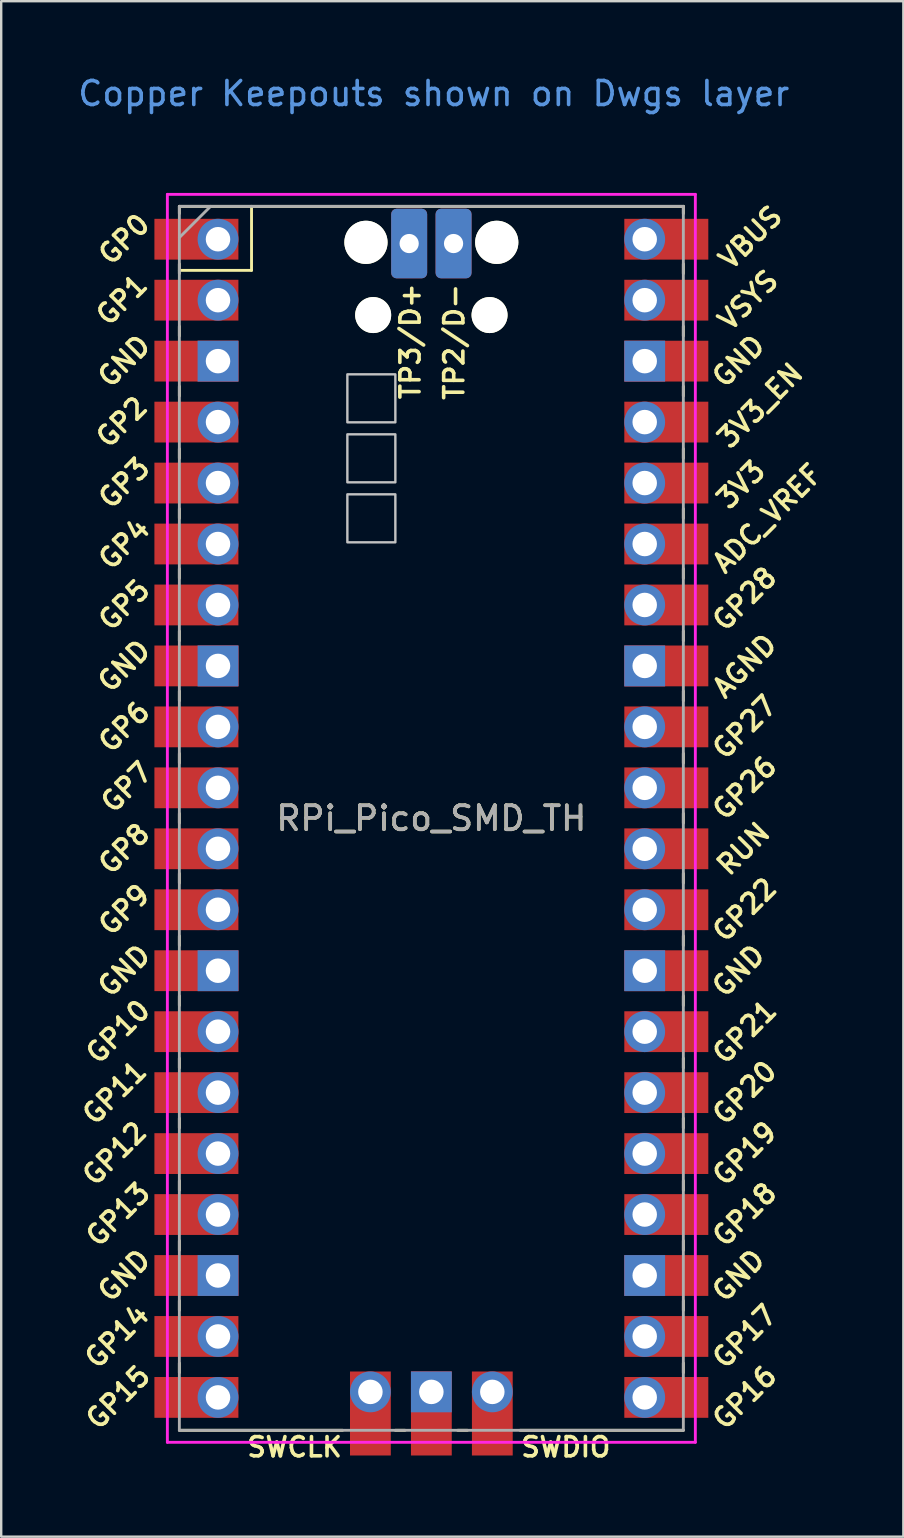
<source format=kicad_pcb>
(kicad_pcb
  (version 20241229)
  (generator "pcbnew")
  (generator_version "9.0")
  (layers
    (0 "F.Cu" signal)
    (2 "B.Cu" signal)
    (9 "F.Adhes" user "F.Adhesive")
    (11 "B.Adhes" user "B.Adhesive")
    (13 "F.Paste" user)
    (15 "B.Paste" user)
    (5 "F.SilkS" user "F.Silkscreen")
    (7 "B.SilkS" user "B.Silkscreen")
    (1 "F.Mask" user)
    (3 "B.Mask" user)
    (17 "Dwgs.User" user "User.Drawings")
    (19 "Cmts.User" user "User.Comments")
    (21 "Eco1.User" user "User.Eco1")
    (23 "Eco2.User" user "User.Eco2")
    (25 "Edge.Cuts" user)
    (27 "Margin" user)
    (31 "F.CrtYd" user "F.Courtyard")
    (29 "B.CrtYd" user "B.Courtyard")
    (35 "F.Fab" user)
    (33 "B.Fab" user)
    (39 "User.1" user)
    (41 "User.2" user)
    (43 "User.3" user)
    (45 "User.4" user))
  (footprint "RPi_Pico_SMD_TH"
    (layer "F.Cu")
    (at 14.924 31.048)
    (property "Reference" "RPi_Pico_SMD_TH" (at 0 0 0) (layer "F.SilkS") (effects (font (size 1 1) (thickness 0.15))))
    (attr through_hole)
    (fp_line (start -10.5 -25.5) (end -10.5 -25.2) (stroke (width 0.12) (type solid)) (layer "F.SilkS"))
    (fp_line (start -10.5 -25.5) (end 10.5 -25.5) (stroke (width 0.12) (type solid)) (layer "F.SilkS"))
    (fp_line (start -10.5 -23.1) (end -10.5 -22.7) (stroke (width 0.12) (type solid)) (layer "F.SilkS"))
    (fp_line (start -10.5 -22.833) (end -7.493 -22.833) (stroke (width 0.12) (type solid)) (layer "F.SilkS"))
    (fp_line (start -10.5 -20.5) (end -10.5 -20.1) (stroke (width 0.12) (type solid)) (layer "F.SilkS"))
    (fp_line (start -10.5 -18) (end -10.5 -17.6) (stroke (width 0.12) (type solid)) (layer "F.SilkS"))
    (fp_line (start -10.5 -15.4) (end -10.5 -15) (stroke (width 0.12) (type solid)) (layer "F.SilkS"))
    (fp_line (start -10.5 -12.9) (end -10.5 -12.5) (stroke (width 0.12) (type solid)) (layer "F.SilkS"))
    (fp_line (start -10.5 -10.4) (end -10.5 -10) (stroke (width 0.12) (type solid)) (layer "F.SilkS"))
    (fp_line (start -10.5 -7.8) (end -10.5 -7.4) (stroke (width 0.12) (type solid)) (layer "F.SilkS"))
    (fp_line (start -10.5 -5.3) (end -10.5 -4.9) (stroke (width 0.12) (type solid)) (layer "F.SilkS"))
    (fp_line (start -10.5 -2.7) (end -10.5 -2.3) (stroke (width 0.12) (type solid)) (layer "F.SilkS"))
    (fp_line (start -10.5 -0.2) (end -10.5 0.2) (stroke (width 0.12) (type solid)) (layer "F.SilkS"))
    (fp_line (start -10.5 2.3) (end -10.5 2.7) (stroke (width 0.12) (type solid)) (layer "F.SilkS"))
    (fp_line (start -10.5 4.9) (end -10.5 5.3) (stroke (width 0.12) (type solid)) (layer "F.SilkS"))
    (fp_line (start -10.5 7.4) (end -10.5 7.8) (stroke (width 0.12) (type solid)) (layer "F.SilkS"))
    (fp_line (start -10.5 10) (end -10.5 10.4) (stroke (width 0.12) (type solid)) (layer "F.SilkS"))
    (fp_line (start -10.5 12.5) (end -10.5 12.9) (stroke (width 0.12) (type solid)) (layer "F.SilkS"))
    (fp_line (start -10.5 15.1) (end -10.5 15.5) (stroke (width 0.12) (type solid)) (layer "F.SilkS"))
    (fp_line (start -10.5 17.6) (end -10.5 18) (stroke (width 0.12) (type solid)) (layer "F.SilkS"))
    (fp_line (start -10.5 20.1) (end -10.5 20.5) (stroke (width 0.12) (type solid)) (layer "F.SilkS"))
    (fp_line (start -10.5 22.7) (end -10.5 23.1) (stroke (width 0.12) (type solid)) (layer "F.SilkS"))
    (fp_line (start -7.493 -22.833) (end -7.493 -25.5) (stroke (width 0.12) (type solid)) (layer "F.SilkS"))
    (fp_line (start -3.7 25.5) (end -10.5 25.5) (stroke (width 0.12) (type solid)) (layer "F.SilkS"))
    (fp_line (start -1.5 25.5) (end -1.1 25.5) (stroke (width 0.12) (type solid)) (layer "F.SilkS"))
    (fp_line (start 1.1 25.5) (end 1.5 25.5) (stroke (width 0.12) (type solid)) (layer "F.SilkS"))
    (fp_line (start 10.5 -25.5) (end 10.5 -25.2) (stroke (width 0.12) (type solid)) (layer "F.SilkS"))
    (fp_line (start 10.5 -23.1) (end 10.5 -22.7) (stroke (width 0.12) (type solid)) (layer "F.SilkS"))
    (fp_line (start 10.5 -20.5) (end 10.5 -20.1) (stroke (width 0.12) (type solid)) (layer "F.SilkS"))
    (fp_line (start 10.5 -18) (end 10.5 -17.6) (stroke (width 0.12) (type solid)) (layer "F.SilkS"))
    (fp_line (start 10.5 -15.4) (end 10.5 -15) (stroke (width 0.12) (type solid)) (layer "F.SilkS"))
    (fp_line (start 10.5 -12.9) (end 10.5 -12.5) (stroke (width 0.12) (type solid)) (layer "F.SilkS"))
    (fp_line (start 10.5 -10.4) (end 10.5 -10) (stroke (width 0.12) (type solid)) (layer "F.SilkS"))
    (fp_line (start 10.5 -7.8) (end 10.5 -7.4) (stroke (width 0.12) (type solid)) (layer "F.SilkS"))
    (fp_line (start 10.5 -5.3) (end 10.5 -4.9) (stroke (width 0.12) (type solid)) (layer "F.SilkS"))
    (fp_line (start 10.5 -2.7) (end 10.5 -2.3) (stroke (width 0.12) (type solid)) (layer "F.SilkS"))
    (fp_line (start 10.5 -0.2) (end 10.5 0.2) (stroke (width 0.12) (type solid)) (layer "F.SilkS"))
    (fp_line (start 10.5 2.3) (end 10.5 2.7) (stroke (width 0.12) (type solid)) (layer "F.SilkS"))
    (fp_line (start 10.5 4.9) (end 10.5 5.3) (stroke (width 0.12) (type solid)) (layer "F.SilkS"))
    (fp_line (start 10.5 7.4) (end 10.5 7.8) (stroke (width 0.12) (type solid)) (layer "F.SilkS"))
    (fp_line (start 10.5 10) (end 10.5 10.4) (stroke (width 0.12) (type solid)) (layer "F.SilkS"))
    (fp_line (start 10.5 12.5) (end 10.5 12.9) (stroke (width 0.12) (type solid)) (layer "F.SilkS"))
    (fp_line (start 10.5 15.1) (end 10.5 15.5) (stroke (width 0.12) (type solid)) (layer "F.SilkS"))
    (fp_line (start 10.5 17.6) (end 10.5 18) (stroke (width 0.12) (type solid)) (layer "F.SilkS"))
    (fp_line (start 10.5 20.1) (end 10.5 20.5) (stroke (width 0.12) (type solid)) (layer "F.SilkS"))
    (fp_line (start 10.5 22.7) (end 10.5 23.1) (stroke (width 0.12) (type solid)) (layer "F.SilkS"))
    (fp_line (start 10.5 25.5) (end 3.7 25.5) (stroke (width 0.12) (type solid)) (layer "F.SilkS"))
    (fp_poly (pts (xy -1.5 -16.5) (xy -3.5 -16.5) (xy -3.5 -18.5) (xy -1.5 -18.5)) (stroke (width 0.1) (type solid)) (fill no) (layer "Dwgs.User"))
    (fp_poly (pts (xy -1.5 -14) (xy -3.5 -14) (xy -3.5 -16) (xy -1.5 -16)) (stroke (width 0.1) (type solid)) (fill no) (layer "Dwgs.User"))
    (fp_poly (pts (xy -1.5 -11.5) (xy -3.5 -11.5) (xy -3.5 -13.5) (xy -1.5 -13.5)) (stroke (width 0.1) (type solid)) (fill no) (layer "Dwgs.User"))
    (fp_line (start -11 -26) (end 11 -26) (stroke (width 0.12) (type solid)) (layer "F.CrtYd"))
    (fp_line (start -11 26) (end -11 -26) (stroke (width 0.12) (type solid)) (layer "F.CrtYd"))
    (fp_line (start 11 -26) (end 11 26) (stroke (width 0.12) (type solid)) (layer "F.CrtYd"))
    (fp_line (start 11 26) (end -11 26) (stroke (width 0.12) (type solid)) (layer "F.CrtYd"))
    (fp_line (start -10.5 -25.5) (end 10.5 -25.5) (stroke (width 0.12) (type solid)) (layer "F.Fab"))
    (fp_line (start -10.5 -24.2) (end -9.2 -25.5) (stroke (width 0.12) (type solid)) (layer "F.Fab"))
    (fp_line (start -10.5 25.5) (end -10.5 -25.5) (stroke (width 0.12) (type solid)) (layer "F.Fab"))
    (fp_line (start 10.5 -25.5) (end 10.5 25.5) (stroke (width 0.12) (type solid)) (layer "F.Fab"))
    (fp_line (start 10.5 25.5) (end -10.5 25.5) (stroke (width 0.12) (type solid)) (layer "F.Fab"))
    (fp_text user "VSYS" (at 13.2 -21.59 45) (layer "F.SilkS") (effects (font (size 0.8 0.8) (thickness 0.15))))
    (fp_text user "3V3_EN" (at 13.7 -17.2 45) (layer "F.SilkS") (effects (font (size 0.8 0.8) (thickness 0.15))))
    (fp_text user "GP26" (at 13.054 -1.27 45) (layer "F.SilkS") (effects (font (size 0.8 0.8) (thickness 0.15))))
    (fp_text user "GP13" (at -13.054 16.51 45) (layer "F.SilkS") (effects (font (size 0.8 0.8) (thickness 0.15))))
    (fp_text user "ADC_VREF" (at 14 -12.5 45) (layer "F.SilkS") (effects (font (size 0.8 0.8) (thickness 0.15))))
    (fp_text user "GP2" (at -12.9 -16.51 45) (layer "F.SilkS") (effects (font (size 0.8 0.8) (thickness 0.15))))
    (fp_text user "GP15" (at -13.054 24.13 45) (layer "F.SilkS") (effects (font (size 0.8 0.8) (thickness 0.15))))
    (fp_text user "GP10" (at -13.054 8.89 45) (layer "F.SilkS") (effects (font (size 0.8 0.8) (thickness 0.15))))
    (fp_text user "GP28" (at 13.054 -9.144 45) (layer "F.SilkS") (effects (font (size 0.8 0.8) (thickness 0.15))))
    (fp_text user "SWCLK" (at -5.7 26.2 0) (layer "F.SilkS") (effects (font (size 0.8 0.8) (thickness 0.15))))
    (fp_text user "GP6" (at -12.8 -3.81 45) (layer "F.SilkS") (effects (font (size 0.8 0.8) (thickness 0.15))))
    (fp_text user "SWDIO" (at 5.6 26.2 0) (layer "F.SilkS") (effects (font (size 0.8 0.8) (thickness 0.15))))
    (fp_text user "GND" (at -12.8 -6.35 45) (layer "F.SilkS") (effects (font (size 0.8 0.8) (thickness 0.15))))
    (fp_text user "GND" (at -12.8 6.35 45) (layer "F.SilkS") (effects (font (size 0.8 0.8) (thickness 0.15))))
    (fp_text user "GP27" (at 13.054 -3.8 45) (layer "F.SilkS") (effects (font (size 0.8 0.8) (thickness 0.15))))
    (fp_text user "GP19" (at 13.054 13.97 45) (layer "F.SilkS") (effects (font (size 0.8 0.8) (thickness 0.15))))
    (fp_text user "GP18" (at 13.054 16.51 45) (layer "F.SilkS") (effects (font (size 0.8 0.8) (thickness 0.15))))
    (fp_text user "GND" (at 12.8 19.05 45) (layer "F.SilkS") (effects (font (size 0.8 0.8) (thickness 0.15))))
    (fp_text user "GP11" (at -13.2 11.43 45) (layer "F.SilkS") (effects (font (size 0.8 0.8) (thickness 0.15))))
    (fp_text user "GP16" (at 13.054 24.13 45) (layer "F.SilkS") (effects (font (size 0.8 0.8) (thickness 0.15))))
    (fp_text user "GP7" (at -12.7 -1.3 45) (layer "F.SilkS") (effects (font (size 0.8 0.8) (thickness 0.15))))
    (fp_text user "GND" (at -12.8 -19.05 45) (layer "F.SilkS") (effects (font (size 0.8 0.8) (thickness 0.15))))
    (fp_text user "GP20" (at 13.054 11.43 45) (layer "F.SilkS") (effects (font (size 0.8 0.8) (thickness 0.15))))
    (fp_text user "GP8" (at -12.8 1.27 45) (layer "F.SilkS") (effects (font (size 0.8 0.8) (thickness 0.15))))
    (fp_text user "GP1" (at -12.9 -21.6 45) (layer "F.SilkS") (effects (font (size 0.8 0.8) (thickness 0.15))))
    (fp_text user "GP4" (at -12.8 -11.43 45) (layer "F.SilkS") (effects (font (size 0.8 0.8) (thickness 0.15))))
    (fp_text user "VBUS" (at 13.3 -24.2 45) (layer "F.SilkS") (effects (font (size 0.8 0.8) (thickness 0.15))))
    (fp_text user "GND" (at 12.8 6.35 45) (layer "F.SilkS") (effects (font (size 0.8 0.8) (thickness 0.15))))
    (fp_text user "GP22" (at 13.054 3.81 45) (layer "F.SilkS") (effects (font (size 0.8 0.8) (thickness 0.15))))
    (fp_text user "TP3/D+" (at -0.875 -19.875 90) (layer "F.SilkS") (effects (font (size 0.8 0.8) (thickness 0.15))))
    (fp_text user "GP0" (at -12.8 -24.13 45) (layer "F.SilkS") (effects (font (size 0.8 0.8) (thickness 0.15))))
    (fp_text user "GP12" (at -13.2 13.97 45) (layer "F.SilkS") (effects (font (size 0.8 0.8) (thickness 0.15))))
    (fp_text user "GND" (at 12.8 -19.05 45) (layer "F.SilkS") (effects (font (size 0.8 0.8) (thickness 0.15))))
    (fp_text user "GP5" (at -12.8 -8.89 45) (layer "F.SilkS") (effects (font (size 0.8 0.8) (thickness 0.15))))
    (fp_text user "TP2/D-" (at 0.95 -19.85 90) (layer "F.SilkS") (effects (font (size 0.8 0.8) (thickness 0.15))))
    (fp_text user "RUN" (at 13 1.27 45) (layer "F.SilkS") (effects (font (size 0.8 0.8) (thickness 0.15))))
    (fp_text user "GP14" (at -13.1 21.59 45) (layer "F.SilkS") (effects (font (size 0.8 0.8) (thickness 0.15))))
    (fp_text user "GND" (at -12.8 19.05 45) (layer "F.SilkS") (effects (font (size 0.8 0.8) (thickness 0.15))))
    (fp_text user "GP9" (at -12.8 3.81 45) (layer "F.SilkS") (effects (font (size 0.8 0.8) (thickness 0.15))))
    (fp_text user "GP17" (at 13.054 21.59 45) (layer "F.SilkS") (effects (font (size 0.8 0.8) (thickness 0.15))))
    (fp_text user "3V3" (at 12.9 -13.9 45) (layer "F.SilkS") (effects (font (size 0.8 0.8) (thickness 0.15))))
    (fp_text user "GP21" (at 13.054 8.9 45) (layer "F.SilkS") (effects (font (size 0.8 0.8) (thickness 0.15))))
    (fp_text user "AGND" (at 13.054 -6.35 45) (layer "F.SilkS") (effects (font (size 0.8 0.8) (thickness 0.15))))
    (fp_text user "GP3" (at -12.8 -13.97 45) (layer "F.SilkS") (effects (font (size 0.8 0.8) (thickness 0.15))))
    (fp_text user "Copper Keepouts shown on Dwgs layer" (at 0.1 -30.2 0) (layer "Cmts.User") (effects (font (size 1 1) (thickness 0.15))))
    (fp_text user "${REFERENCE}" (at 0 0 180) (layer "F.Fab") (effects (font (size 1 1) (thickness 0.15))))
    (pad "" np_thru_hole oval (at -2.725 -24) (size 1.8 1.8) (drill 1.8) (layers "*.Cu" "F.SilkS"))
    (pad "" np_thru_hole oval (at -2.425 -20.97) (size 1.5 1.5) (drill 1.5) (layers "*.Cu" "F.SilkS"))
    (pad "" np_thru_hole oval (at 2.425 -20.97) (size 1.5 1.5) (drill 1.5) (layers "*.Cu" "F.SilkS"))
    (pad "" np_thru_hole oval (at 2.725 -24) (size 1.8 1.8) (drill 1.8) (layers "*.Cu" "F.SilkS"))
    (pad "1" thru_hole oval (at -8.89 -24.13) (size 1.7 1.7) (drill 1.02) (layers "*.Cu" "*.Mask"))
    (pad "1" smd rect (at -8.89 -24.13) (size 3.5 1.7) (drill (offset -0.9 0)) (layers "F.Cu" "F.Mask"))
    (pad "2" thru_hole oval (at -8.89 -21.59) (size 1.7 1.7) (drill 1.02) (layers "*.Cu" "*.Mask"))
    (pad "2" smd rect (at -8.89 -21.59) (size 3.5 1.7) (drill (offset -0.9 0)) (layers "F.Cu" "F.Mask"))
    (pad "3" thru_hole rect (at -8.89 -19.05) (size 1.7 1.7) (drill 1.02) (layers "*.Cu" "*.Mask"))
    (pad "3" smd rect (at -8.89 -19.05) (size 3.5 1.7) (drill (offset -0.9 0)) (layers "F.Cu" "F.Mask"))
    (pad "4" thru_hole oval (at -8.89 -16.51) (size 1.7 1.7) (drill 1.02) (layers "*.Cu" "*.Mask"))
    (pad "4" smd rect (at -8.89 -16.51) (size 3.5 1.7) (drill (offset -0.9 0)) (layers "F.Cu" "F.Mask"))
    (pad "5" thru_hole oval (at -8.89 -13.97) (size 1.7 1.7) (drill 1.02) (layers "*.Cu" "*.Mask"))
    (pad "5" smd rect (at -8.89 -13.97) (size 3.5 1.7) (drill (offset -0.9 0)) (layers "F.Cu" "F.Mask"))
    (pad "6" thru_hole oval (at -8.89 -11.43) (size 1.7 1.7) (drill 1.02) (layers "*.Cu" "*.Mask"))
    (pad "6" smd rect (at -8.89 -11.43) (size 3.5 1.7) (drill (offset -0.9 0)) (layers "F.Cu" "F.Mask"))
    (pad "7" thru_hole oval (at -8.89 -8.89) (size 1.7 1.7) (drill 1.02) (layers "*.Cu" "*.Mask"))
    (pad "7" smd rect (at -8.89 -8.89) (size 3.5 1.7) (drill (offset -0.9 0)) (layers "F.Cu" "F.Mask"))
    (pad "8" thru_hole rect (at -8.89 -6.35) (size 1.7 1.7) (drill 1.02) (layers "*.Cu" "*.Mask"))
    (pad "8" smd rect (at -8.89 -6.35) (size 3.5 1.7) (drill (offset -0.9 0)) (layers "F.Cu" "F.Mask"))
    (pad "9" thru_hole oval (at -8.89 -3.81) (size 1.7 1.7) (drill 1.02) (layers "*.Cu" "*.Mask"))
    (pad "9" smd rect (at -8.89 -3.81) (size 3.5 1.7) (drill (offset -0.9 0)) (layers "F.Cu" "F.Mask"))
    (pad "10" thru_hole oval (at -8.89 -1.27) (size 1.7 1.7) (drill 1.02) (layers "*.Cu" "*.Mask"))
    (pad "10" smd rect (at -8.89 -1.27) (size 3.5 1.7) (drill (offset -0.9 0)) (layers "F.Cu" "F.Mask"))
    (pad "11" thru_hole oval (at -8.89 1.27) (size 1.7 1.7) (drill 1.02) (layers "*.Cu" "*.Mask"))
    (pad "11" smd rect (at -8.89 1.27) (size 3.5 1.7) (drill (offset -0.9 0)) (layers "F.Cu" "F.Mask"))
    (pad "12" thru_hole oval (at -8.89 3.81) (size 1.7 1.7) (drill 1.02) (layers "*.Cu" "*.Mask"))
    (pad "12" smd rect (at -8.89 3.81) (size 3.5 1.7) (drill (offset -0.9 0)) (layers "F.Cu" "F.Mask"))
    (pad "13" thru_hole rect (at -8.89 6.35) (size 1.7 1.7) (drill 1.02) (layers "*.Cu" "*.Mask"))
    (pad "13" smd rect (at -8.89 6.35) (size 3.5 1.7) (drill (offset -0.9 0)) (layers "F.Cu" "F.Mask"))
    (pad "14" thru_hole oval (at -8.89 8.89) (size 1.7 1.7) (drill 1.02) (layers "*.Cu" "*.Mask"))
    (pad "14" smd rect (at -8.89 8.89) (size 3.5 1.7) (drill (offset -0.9 0)) (layers "F.Cu" "F.Mask"))
    (pad "15" thru_hole oval (at -8.89 11.43) (size 1.7 1.7) (drill 1.02) (layers "*.Cu" "*.Mask"))
    (pad "15" smd rect (at -8.89 11.43) (size 3.5 1.7) (drill (offset -0.9 0)) (layers "F.Cu" "F.Mask"))
    (pad "16" thru_hole oval (at -8.89 13.97) (size 1.7 1.7) (drill 1.02) (layers "*.Cu" "*.Mask"))
    (pad "16" smd rect (at -8.89 13.97) (size 3.5 1.7) (drill (offset -0.9 0)) (layers "F.Cu" "F.Mask"))
    (pad "17" thru_hole oval (at -8.89 16.51) (size 1.7 1.7) (drill 1.02) (layers "*.Cu" "*.Mask"))
    (pad "17" smd rect (at -8.89 16.51) (size 3.5 1.7) (drill (offset -0.9 0)) (layers "F.Cu" "F.Mask"))
    (pad "18" thru_hole rect (at -8.89 19.05) (size 1.7 1.7) (drill 1.02) (layers "*.Cu" "*.Mask"))
    (pad "18" smd rect (at -8.89 19.05) (size 3.5 1.7) (drill (offset -0.9 0)) (layers "F.Cu" "F.Mask"))
    (pad "19" thru_hole oval (at -8.89 21.59) (size 1.7 1.7) (drill 1.02) (layers "*.Cu" "*.Mask"))
    (pad "19" smd rect (at -8.89 21.59) (size 3.5 1.7) (drill (offset -0.9 0)) (layers "F.Cu" "F.Mask"))
    (pad "20" thru_hole oval (at -8.89 24.13) (size 1.7 1.7) (drill 1.02) (layers "*.Cu" "*.Mask"))
    (pad "20" smd rect (at -8.89 24.13) (size 3.5 1.7) (drill (offset -0.9 0)) (layers "F.Cu" "F.Mask"))
    (pad "21" thru_hole oval (at 8.89 24.13) (size 1.7 1.7) (drill 1.02) (layers "*.Cu" "*.Mask"))
    (pad "21" smd rect (at 8.89 24.13) (size 3.5 1.7) (drill (offset 0.9 0)) (layers "F.Cu" "F.Mask"))
    (pad "22" thru_hole oval (at 8.89 21.59) (size 1.7 1.7) (drill 1.02) (layers "*.Cu" "*.Mask"))
    (pad "22" smd rect (at 8.89 21.59) (size 3.5 1.7) (drill (offset 0.9 0)) (layers "F.Cu" "F.Mask"))
    (pad "23" thru_hole rect (at 8.89 19.05) (size 1.7 1.7) (drill 1.02) (layers "*.Cu" "*.Mask"))
    (pad "23" smd rect (at 8.89 19.05) (size 3.5 1.7) (drill (offset 0.9 0)) (layers "F.Cu" "F.Mask"))
    (pad "24" thru_hole oval (at 8.89 16.51) (size 1.7 1.7) (drill 1.02) (layers "*.Cu" "*.Mask"))
    (pad "24" smd rect (at 8.89 16.51) (size 3.5 1.7) (drill (offset 0.9 0)) (layers "F.Cu" "F.Mask"))
    (pad "25" thru_hole oval (at 8.89 13.97) (size 1.7 1.7) (drill 1.02) (layers "*.Cu" "*.Mask"))
    (pad "25" smd rect (at 8.89 13.97) (size 3.5 1.7) (drill (offset 0.9 0)) (layers "F.Cu" "F.Mask"))
    (pad "26" thru_hole oval (at 8.89 11.43) (size 1.7 1.7) (drill 1.02) (layers "*.Cu" "*.Mask"))
    (pad "26" smd rect (at 8.89 11.43) (size 3.5 1.7) (drill (offset 0.9 0)) (layers "F.Cu" "F.Mask"))
    (pad "27" thru_hole oval (at 8.89 8.89) (size 1.7 1.7) (drill 1.02) (layers "*.Cu" "*.Mask"))
    (pad "27" smd rect (at 8.89 8.89) (size 3.5 1.7) (drill (offset 0.9 0)) (layers "F.Cu" "F.Mask"))
    (pad "28" thru_hole rect (at 8.89 6.35) (size 1.7 1.7) (drill 1.02) (layers "*.Cu" "*.Mask"))
    (pad "28" smd rect (at 8.89 6.35) (size 3.5 1.7) (drill (offset 0.9 0)) (layers "F.Cu" "F.Mask"))
    (pad "29" thru_hole oval (at 8.89 3.81) (size 1.7 1.7) (drill 1.02) (layers "*.Cu" "*.Mask"))
    (pad "29" smd rect (at 8.89 3.81) (size 3.5 1.7) (drill (offset 0.9 0)) (layers "F.Cu" "F.Mask"))
    (pad "30" thru_hole oval (at 8.89 1.27) (size 1.7 1.7) (drill 1.02) (layers "*.Cu" "*.Mask"))
    (pad "30" smd rect (at 8.89 1.27) (size 3.5 1.7) (drill (offset 0.9 0)) (layers "F.Cu" "F.Mask"))
    (pad "31" thru_hole oval (at 8.89 -1.27) (size 1.7 1.7) (drill 1.02) (layers "*.Cu" "*.Mask"))
    (pad "31" smd rect (at 8.89 -1.27) (size 3.5 1.7) (drill (offset 0.9 0)) (layers "F.Cu" "F.Mask"))
    (pad "32" thru_hole oval (at 8.89 -3.81) (size 1.7 1.7) (drill 1.02) (layers "*.Cu" "*.Mask"))
    (pad "32" smd rect (at 8.89 -3.81) (size 3.5 1.7) (drill (offset 0.9 0)) (layers "F.Cu" "F.Mask"))
    (pad "33" thru_hole rect (at 8.89 -6.35) (size 1.7 1.7) (drill 1.02) (layers "*.Cu" "*.Mask"))
    (pad "33" smd rect (at 8.89 -6.35) (size 3.5 1.7) (drill (offset 0.9 0)) (layers "F.Cu" "F.Mask"))
    (pad "34" thru_hole oval (at 8.89 -8.89) (size 1.7 1.7) (drill 1.02) (layers "*.Cu" "*.Mask"))
    (pad "34" smd rect (at 8.89 -8.89) (size 3.5 1.7) (drill (offset 0.9 0)) (layers "F.Cu" "F.Mask"))
    (pad "35" thru_hole oval (at 8.89 -11.43) (size 1.7 1.7) (drill 1.02) (layers "*.Cu" "*.Mask"))
    (pad "35" smd rect (at 8.89 -11.43) (size 3.5 1.7) (drill (offset 0.9 0)) (layers "F.Cu" "F.Mask"))
    (pad "36" thru_hole oval (at 8.89 -13.97) (size 1.7 1.7) (drill 1.02) (layers "*.Cu" "*.Mask"))
    (pad "36" smd rect (at 8.89 -13.97) (size 3.5 1.7) (drill (offset 0.9 0)) (layers "F.Cu" "F.Mask"))
    (pad "37" thru_hole oval (at 8.89 -16.51) (size 1.7 1.7) (drill 1.02) (layers "*.Cu" "*.Mask"))
    (pad "37" smd rect (at 8.89 -16.51) (size 3.5 1.7) (drill (offset 0.9 0)) (layers "F.Cu" "F.Mask"))
    (pad "38" thru_hole rect (at 8.89 -19.05) (size 1.7 1.7) (drill 1.02) (layers "*.Cu" "*.Mask"))
    (pad "38" smd rect (at 8.89 -19.05) (size 3.5 1.7) (drill (offset 0.9 0)) (layers "F.Cu" "F.Mask"))
    (pad "39" thru_hole oval (at 8.89 -21.59) (size 1.7 1.7) (drill 1.02) (layers "*.Cu" "*.Mask"))
    (pad "39" smd rect (at 8.89 -21.59) (size 3.5 1.7) (drill (offset 0.9 0)) (layers "F.Cu" "F.Mask"))
    (pad "40" thru_hole oval (at 8.89 -24.13) (size 1.7 1.7) (drill 1.02) (layers "*.Cu" "*.Mask"))
    (pad "40" smd rect (at 8.89 -24.13) (size 3.5 1.7) (drill (offset 0.9 0)) (layers "F.Cu" "F.Mask"))
    (pad "41" thru_hole oval (at -2.54 23.9) (size 1.7 1.7) (drill 1.02) (layers "*.Cu" "*.Mask"))
    (pad "41" smd rect (at -2.54 23.9 90) (size 3.5 1.7) (drill (offset -0.9 0)) (layers "F.Cu" "F.Mask"))
    (pad "42" thru_hole rect (at 0 23.9) (size 1.7 1.7) (drill 1.02) (layers "*.Cu" "*.Mask"))
    (pad "42" smd rect (at 0 23.9 90) (size 3.5 1.7) (drill (offset -0.9 0)) (layers "F.Cu" "F.Mask"))
    (pad "43" thru_hole oval (at 2.54 23.9) (size 1.7 1.7) (drill 1.02) (layers "*.Cu" "*.Mask"))
    (pad "43" smd rect (at 2.54 23.9 90) (size 3.5 1.7) (drill (offset -0.9 0)) (layers "F.Cu" "F.Mask"))
    (pad "44" thru_hole roundrect (at -0.925 -23.95) (size 1.5 2.9) (drill 0.8) (layers "*.Cu" "*.Mask") (roundrect_rratio 0.15))
    (pad "45" thru_hole roundrect (at 0.925 -23.95) (size 1.5 2.9) (drill 0.8) (layers "*.Cu" "*.Mask") (roundrect_rratio 0.15)))
  (gr_rect
    (start -3 -3)
    (end 34.591 60.98)
    (stroke (width 0.1) (type default))
    (fill no)
    (layer "Edge.Cuts")))
</source>
